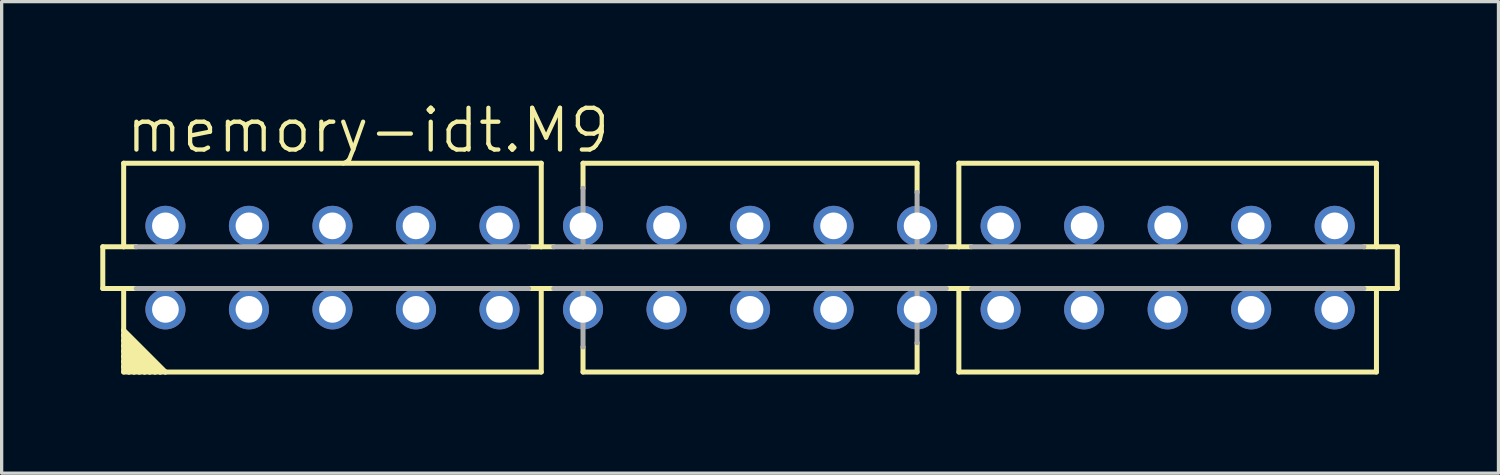
<source format=kicad_pcb>
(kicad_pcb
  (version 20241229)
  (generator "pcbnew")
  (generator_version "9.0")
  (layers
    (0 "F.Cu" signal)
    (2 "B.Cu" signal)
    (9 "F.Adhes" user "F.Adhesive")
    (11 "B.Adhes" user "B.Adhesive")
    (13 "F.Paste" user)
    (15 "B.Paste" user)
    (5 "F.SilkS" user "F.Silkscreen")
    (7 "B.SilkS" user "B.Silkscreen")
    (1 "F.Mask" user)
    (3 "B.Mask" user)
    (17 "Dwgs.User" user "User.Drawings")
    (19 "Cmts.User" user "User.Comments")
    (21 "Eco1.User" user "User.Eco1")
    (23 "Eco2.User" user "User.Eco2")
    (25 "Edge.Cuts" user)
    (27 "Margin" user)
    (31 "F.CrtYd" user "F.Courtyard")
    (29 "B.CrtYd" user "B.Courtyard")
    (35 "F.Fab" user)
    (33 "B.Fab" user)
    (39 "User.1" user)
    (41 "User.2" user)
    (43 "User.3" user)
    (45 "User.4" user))
  (footprint "memory-idt.M9"
    (layer "F.Cu")
    (at 19.761 5.089)
    (property "Reference" "memory-idt.M9" (at -19.05 -3.429 0) (layer "F.SilkS") (effects (font (size 1.27 1.27) (thickness 0.13)) (justify left bottom)))
    (attr through_hole)
    (fp_line (start -19.685 -0.635) (end -19.685 0.635) (stroke (width 0.152) (type default)) (layer "F.SilkS"))
    (fp_line (start -19.685 0.635) (end -19.05 0.635) (stroke (width 0.152) (type default)) (layer "F.SilkS"))
    (fp_line (start -19.05 -3.175) (end -6.35 -3.175) (stroke (width 0.152) (type default)) (layer "F.SilkS"))
    (fp_line (start -19.05 -0.635) (end -19.685 -0.635) (stroke (width 0.152) (type default)) (layer "F.SilkS"))
    (fp_line (start -19.05 -0.635) (end -19.05 -3.175) (stroke (width 0.152) (type default)) (layer "F.SilkS"))
    (fp_line (start -19.05 1.905) (end -19.05 0.635) (stroke (width 0.152) (type default)) (layer "F.SilkS"))
    (fp_line (start -19.05 1.905) (end -17.78 3.175) (stroke (width 0.152) (type default)) (layer "F.SilkS"))
    (fp_line (start -19.05 2.064) (end -19.05 1.905) (stroke (width 0.152) (type default)) (layer "F.SilkS"))
    (fp_line (start -19.05 2.064) (end -17.939 3.175) (stroke (width 0.152) (type default)) (layer "F.SilkS"))
    (fp_line (start -19.05 2.223) (end -19.05 2.064) (stroke (width 0.152) (type default)) (layer "F.SilkS"))
    (fp_line (start -19.05 2.223) (end -18.098 3.175) (stroke (width 0.152) (type default)) (layer "F.SilkS"))
    (fp_line (start -19.05 2.381) (end -19.05 2.223) (stroke (width 0.152) (type default)) (layer "F.SilkS"))
    (fp_line (start -19.05 2.381) (end -18.256 3.175) (stroke (width 0.152) (type default)) (layer "F.SilkS"))
    (fp_line (start -19.05 2.54) (end -19.05 2.381) (stroke (width 0.152) (type default)) (layer "F.SilkS"))
    (fp_line (start -19.05 2.54) (end -18.415 3.175) (stroke (width 0.152) (type default)) (layer "F.SilkS"))
    (fp_line (start -19.05 2.699) (end -19.05 2.54) (stroke (width 0.152) (type default)) (layer "F.SilkS"))
    (fp_line (start -19.05 2.699) (end -18.574 3.175) (stroke (width 0.152) (type default)) (layer "F.SilkS"))
    (fp_line (start -19.05 2.857) (end -19.05 2.699) (stroke (width 0.152) (type default)) (layer "F.SilkS"))
    (fp_line (start -19.05 2.857) (end -18.733 3.175) (stroke (width 0.152) (type default)) (layer "F.SilkS"))
    (fp_line (start -19.05 3.016) (end -19.05 2.857) (stroke (width 0.152) (type default)) (layer "F.SilkS"))
    (fp_line (start -19.05 3.016) (end -18.891 3.175) (stroke (width 0.152) (type default)) (layer "F.SilkS"))
    (fp_line (start -19.05 3.175) (end -19.05 3.016) (stroke (width 0.152) (type default)) (layer "F.SilkS"))
    (fp_line (start -18.891 3.175) (end -19.05 3.175) (stroke (width 0.152) (type default)) (layer "F.SilkS"))
    (fp_line (start -18.733 3.175) (end -18.891 3.175) (stroke (width 0.152) (type default)) (layer "F.SilkS"))
    (fp_line (start -18.669 -0.635) (end -19.05 -0.635) (stroke (width 0.152) (type default)) (layer "F.SilkS"))
    (fp_line (start -18.669 0.635) (end -19.05 0.635) (stroke (width 0.152) (type default)) (layer "F.SilkS"))
    (fp_line (start -18.574 3.175) (end -18.733 3.175) (stroke (width 0.152) (type default)) (layer "F.SilkS"))
    (fp_line (start -18.415 3.175) (end -18.574 3.175) (stroke (width 0.152) (type default)) (layer "F.SilkS"))
    (fp_line (start -18.256 3.175) (end -18.415 3.175) (stroke (width 0.152) (type default)) (layer "F.SilkS"))
    (fp_line (start -18.098 3.175) (end -18.256 3.175) (stroke (width 0.152) (type default)) (layer "F.SilkS"))
    (fp_line (start -17.939 3.175) (end -18.098 3.175) (stroke (width 0.152) (type default)) (layer "F.SilkS"))
    (fp_line (start -17.78 3.175) (end -17.939 3.175) (stroke (width 0.152) (type default)) (layer "F.SilkS"))
    (fp_line (start -6.731 0.635) (end -6.35 0.635) (stroke (width 0.152) (type default)) (layer "F.SilkS"))
    (fp_line (start -6.35 -3.175) (end -6.35 -0.635) (stroke (width 0.152) (type default)) (layer "F.SilkS"))
    (fp_line (start -6.35 -0.635) (end -6.731 -0.635) (stroke (width 0.152) (type default)) (layer "F.SilkS"))
    (fp_line (start -6.35 0.635) (end -6.35 3.175) (stroke (width 0.152) (type default)) (layer "F.SilkS"))
    (fp_line (start -6.35 0.635) (end -5.969 0.635) (stroke (width 0.152) (type default)) (layer "F.SilkS"))
    (fp_line (start -6.35 3.175) (end -17.78 3.175) (stroke (width 0.152) (type default)) (layer "F.SilkS"))
    (fp_line (start -5.969 -0.635) (end -6.35 -0.635) (stroke (width 0.152) (type default)) (layer "F.SilkS"))
    (fp_line (start -5.08 -3.175) (end 5.08 -3.175) (stroke (width 0.152) (type default)) (layer "F.SilkS"))
    (fp_line (start -5.08 -2.413) (end -5.08 -3.175) (stroke (width 0.152) (type default)) (layer "F.SilkS"))
    (fp_line (start -5.08 2.413) (end -5.08 3.175) (stroke (width 0.152) (type default)) (layer "F.SilkS"))
    (fp_line (start -5.08 3.175) (end 5.08 3.175) (stroke (width 0.152) (type default)) (layer "F.SilkS"))
    (fp_line (start 5.08 -3.175) (end 5.08 -2.286) (stroke (width 0.152) (type default)) (layer "F.SilkS"))
    (fp_line (start 5.08 3.175) (end 5.08 2.286) (stroke (width 0.152) (type default)) (layer "F.SilkS"))
    (fp_line (start 5.969 0.635) (end 6.35 0.635) (stroke (width 0.152) (type default)) (layer "F.SilkS"))
    (fp_line (start 6.35 -3.175) (end 19.05 -3.175) (stroke (width 0.152) (type default)) (layer "F.SilkS"))
    (fp_line (start 6.35 -0.635) (end 5.969 -0.635) (stroke (width 0.152) (type default)) (layer "F.SilkS"))
    (fp_line (start 6.35 -0.635) (end 6.35 -3.175) (stroke (width 0.152) (type default)) (layer "F.SilkS"))
    (fp_line (start 6.35 0.635) (end 6.35 3.175) (stroke (width 0.152) (type default)) (layer "F.SilkS"))
    (fp_line (start 6.35 0.635) (end 6.731 0.635) (stroke (width 0.152) (type default)) (layer "F.SilkS"))
    (fp_line (start 6.35 3.175) (end 19.05 3.175) (stroke (width 0.152) (type default)) (layer "F.SilkS"))
    (fp_line (start 6.731 -0.635) (end 6.35 -0.635) (stroke (width 0.152) (type default)) (layer "F.SilkS"))
    (fp_line (start 19.05 -3.175) (end 19.05 -0.635) (stroke (width 0.152) (type default)) (layer "F.SilkS"))
    (fp_line (start 19.05 -0.635) (end 18.669 -0.635) (stroke (width 0.152) (type default)) (layer "F.SilkS"))
    (fp_line (start 19.05 0.635) (end 18.669 0.635) (stroke (width 0.152) (type default)) (layer "F.SilkS"))
    (fp_line (start 19.05 0.635) (end 19.685 0.635) (stroke (width 0.152) (type default)) (layer "F.SilkS"))
    (fp_line (start 19.05 3.175) (end 19.05 0.635) (stroke (width 0.152) (type default)) (layer "F.SilkS"))
    (fp_line (start 19.685 -0.635) (end 19.05 -0.635) (stroke (width 0.152) (type default)) (layer "F.SilkS"))
    (fp_line (start 19.685 0.635) (end 19.685 -0.635) (stroke (width 0.152) (type default)) (layer "F.SilkS"))
    (fp_line (start -18.669 0.635) (end -6.731 0.635) (stroke (width 0.152) (type default)) (layer "F.Fab"))
    (fp_line (start -6.731 -0.635) (end -18.669 -0.635) (stroke (width 0.152) (type default)) (layer "F.Fab"))
    (fp_line (start -5.969 0.635) (end -5.08 0.635) (stroke (width 0.152) (type default)) (layer "F.Fab"))
    (fp_line (start -5.08 -2.413) (end -5.08 -0.635) (stroke (width 0.152) (type default)) (layer "F.Fab"))
    (fp_line (start -5.08 -0.635) (end -5.969 -0.635) (stroke (width 0.152) (type default)) (layer "F.Fab"))
    (fp_line (start -5.08 0.635) (end 5.08 0.635) (stroke (width 0.152) (type default)) (layer "F.Fab"))
    (fp_line (start -5.08 2.413) (end -5.08 0.635) (stroke (width 0.152) (type default)) (layer "F.Fab"))
    (fp_line (start 5.08 -2.286) (end 5.08 -0.635) (stroke (width 0.152) (type default)) (layer "F.Fab"))
    (fp_line (start 5.08 -0.635) (end -5.08 -0.635) (stroke (width 0.152) (type default)) (layer "F.Fab"))
    (fp_line (start 5.08 0.635) (end 5.969 0.635) (stroke (width 0.152) (type default)) (layer "F.Fab"))
    (fp_line (start 5.08 2.286) (end 5.08 0.635) (stroke (width 0.152) (type default)) (layer "F.Fab"))
    (fp_line (start 5.969 -0.635) (end 5.08 -0.635) (stroke (width 0.152) (type default)) (layer "F.Fab"))
    (fp_line (start 6.731 0.635) (end 18.669 0.635) (stroke (width 0.152) (type default)) (layer "F.Fab"))
    (fp_line (start 18.669 -0.635) (end 6.731 -0.635) (stroke (width 0.152) (type default)) (layer "F.Fab"))
    (pad "1" thru_hole circle (at -17.78 1.27) (size 1.219 1.219) (drill 0.813) (layers "*.Cu" "*.Mask"))
    (pad "2" thru_hole circle (at -15.24 1.27) (size 1.219 1.219) (drill 0.813) (layers "*.Cu" "*.Mask"))
    (pad "3" thru_hole circle (at -12.7 1.27) (size 1.219 1.219) (drill 0.813) (layers "*.Cu" "*.Mask"))
    (pad "4" thru_hole circle (at -10.16 1.27) (size 1.219 1.219) (drill 0.813) (layers "*.Cu" "*.Mask"))
    (pad "5" thru_hole circle (at -7.62 1.27) (size 1.219 1.219) (drill 0.813) (layers "*.Cu" "*.Mask"))
    (pad "6" thru_hole circle (at -5.08 1.27) (size 1.219 1.219) (drill 0.813) (layers "*.Cu" "*.Mask"))
    (pad "7" thru_hole circle (at -2.54 1.27) (size 1.219 1.219) (drill 0.813) (layers "*.Cu" "*.Mask"))
    (pad "8" thru_hole circle (at 0 1.27) (size 1.219 1.219) (drill 0.813) (layers "*.Cu" "*.Mask"))
    (pad "9" thru_hole circle (at 2.54 1.27) (size 1.219 1.219) (drill 0.813) (layers "*.Cu" "*.Mask"))
    (pad "10" thru_hole circle (at 5.08 1.27) (size 1.219 1.219) (drill 0.813) (layers "*.Cu" "*.Mask"))
    (pad "11" thru_hole circle (at 7.62 1.27) (size 1.219 1.219) (drill 0.813) (layers "*.Cu" "*.Mask"))
    (pad "12" thru_hole circle (at 10.16 1.27) (size 1.219 1.219) (drill 0.813) (layers "*.Cu" "*.Mask"))
    (pad "13" thru_hole circle (at 12.7 1.27) (size 1.219 1.219) (drill 0.813) (layers "*.Cu" "*.Mask"))
    (pad "14" thru_hole circle (at 15.24 1.27) (size 1.219 1.219) (drill 0.813) (layers "*.Cu" "*.Mask"))
    (pad "15" thru_hole circle (at 17.78 1.27) (size 1.219 1.219) (drill 0.813) (layers "*.Cu" "*.Mask"))
    (pad "16" thru_hole circle (at 17.78 -1.27) (size 1.219 1.219) (drill 0.813) (layers "*.Cu" "*.Mask"))
    (pad "17" thru_hole circle (at 15.24 -1.27) (size 1.219 1.219) (drill 0.813) (layers "*.Cu" "*.Mask"))
    (pad "18" thru_hole circle (at 12.7 -1.27) (size 1.219 1.219) (drill 0.813) (layers "*.Cu" "*.Mask"))
    (pad "19" thru_hole circle (at 10.16 -1.27) (size 1.219 1.219) (drill 0.813) (layers "*.Cu" "*.Mask"))
    (pad "20" thru_hole circle (at 7.62 -1.27) (size 1.219 1.219) (drill 0.813) (layers "*.Cu" "*.Mask"))
    (pad "21" thru_hole circle (at 5.08 -1.27) (size 1.219 1.219) (drill 0.813) (layers "*.Cu" "*.Mask"))
    (pad "22" thru_hole circle (at 2.54 -1.27) (size 1.219 1.219) (drill 0.813) (layers "*.Cu" "*.Mask"))
    (pad "23" thru_hole circle (at 0 -1.27) (size 1.219 1.219) (drill 0.813) (layers "*.Cu" "*.Mask"))
    (pad "24" thru_hole circle (at -2.54 -1.27) (size 1.219 1.219) (drill 0.813) (layers "*.Cu" "*.Mask"))
    (pad "25" thru_hole circle (at -5.08 -1.27) (size 1.219 1.219) (drill 0.813) (layers "*.Cu" "*.Mask"))
    (pad "26" thru_hole circle (at -7.62 -1.27) (size 1.219 1.219) (drill 0.813) (layers "*.Cu" "*.Mask"))
    (pad "27" thru_hole circle (at -10.16 -1.27) (size 1.219 1.219) (drill 0.813) (layers "*.Cu" "*.Mask"))
    (pad "28" thru_hole circle (at -12.7 -1.27) (size 1.219 1.219) (drill 0.813) (layers "*.Cu" "*.Mask"))
    (pad "29" thru_hole circle (at -15.24 -1.27) (size 1.219 1.219) (drill 0.813) (layers "*.Cu" "*.Mask"))
    (pad "30" thru_hole circle (at -17.78 -1.27) (size 1.219 1.219) (drill 0.813) (layers "*.Cu" "*.Mask")))
  (gr_rect
    (start -3 -3)
    (end 42.522 11.34)
    (stroke (width 0.1) (type default))
    (fill no)
    (layer "Edge.Cuts")))
</source>
